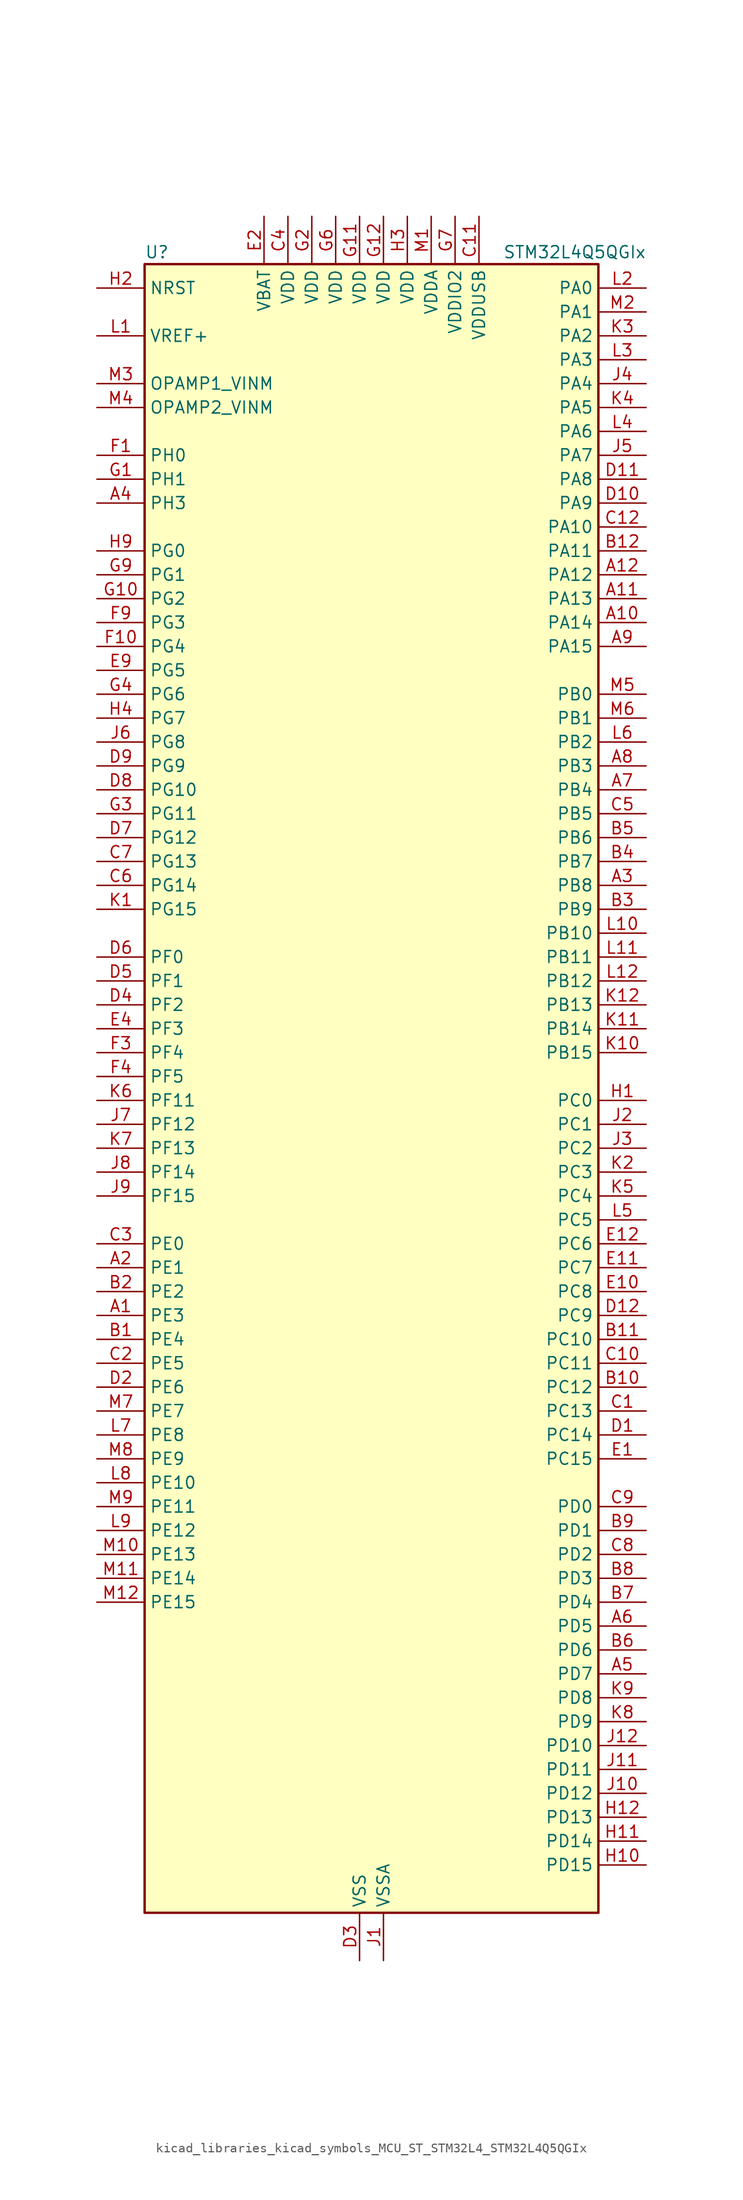
<source format=kicad_sym>
(kicad_symbol_lib
  (version 20220914)
  (generator kicad_symbol_editor)
  (symbol "kicad_libraries_kicad_symbols_MCU_ST_STM32L4_STM32L4Q5QGIx"
    (property "Reference" "U"
      (at -22.86 90.17 0)
      (effects (font (size 1.27 1.27)) (justify left)))
    (property "Value" "STM32L4Q5QGIx"
      (at 15.24 90.17 0)
      (effects (font (size 1.27 1.27)) (justify left)))
    (property "ki_locked" ""
      (at 0 0 0)
      (effects (font (size 1.27 1.27))))
    (symbol "kicad_libraries_kicad_symbols_MCU_ST_STM32L4_STM32L4Q5QGIx_0_1"
      (rectangle (start -22.86 -86.36) (end 25.4 88.9) (stroke (width 0.254) (type default)) (fill (type background))))
    (symbol "kicad_libraries_kicad_symbols_MCU_ST_STM32L4_STM32L4Q5QGIx_1_1"
      (pin bidirectional line (at -27.94 -22.86 0) (length 5.08) (name "PE3" (effects (font (size 1.27 1.27)))) (number "A1" (effects (font (size 1.27 1.27)))) (alternate "FMC_A19" bidirectional line) (alternate "LTDC_R6" bidirectional line) (alternate "OCTOSPIM_P1_DQS" bidirectional line) (alternate "SAI1_SD_B" bidirectional line) (alternate "SYS_TRACED0" bidirectional line) (alternate "TIM3_CH1" bidirectional line) (alternate "TSC_G7_IO2" bidirectional line))
      (pin bidirectional line (at 30.48 50.8 180) (length 5.08) (name "PA14" (effects (font (size 1.27 1.27)))) (number "A10" (effects (font (size 1.27 1.27)))) (alternate "I2C1_SMBA" bidirectional line) (alternate "I2C4_SMBA" bidirectional line) (alternate "LPTIM1_OUT" bidirectional line) (alternate "SAI1_FS_B" bidirectional line) (alternate "SYS_JTCK-SWCLK" bidirectional line) (alternate "USB_OTG_FS_SOF" bidirectional line))
      (pin bidirectional line (at 30.48 53.34 180) (length 5.08) (name "PA13" (effects (font (size 1.27 1.27)))) (number "A11" (effects (font (size 1.27 1.27)))) (alternate "IR_OUT" bidirectional line) (alternate "SAI1_SD_B" bidirectional line) (alternate "SYS_JTMS-SWDIO" bidirectional line) (alternate "USB_OTG_FS_NOE" bidirectional line))
      (pin bidirectional line (at 30.48 55.88 180) (length 5.08) (name "PA12" (effects (font (size 1.27 1.27)))) (number "A12" (effects (font (size 1.27 1.27)))) (alternate "CAN1_TX" bidirectional line) (alternate "LTDC_VSYNC" bidirectional line) (alternate "OCTOSPIM_P2_NCS" bidirectional line) (alternate "SPI1_MOSI" bidirectional line) (alternate "TIM1_ETR" bidirectional line) (alternate "USART1_DE" bidirectional line) (alternate "USART1_RTS" bidirectional line) (alternate "USB_OTG_FS_DP" bidirectional line))
      (pin bidirectional line (at -27.94 -17.78 0) (length 5.08) (name "PE1" (effects (font (size 1.27 1.27)))) (number "A2" (effects (font (size 1.27 1.27)))) (alternate "DCMI_D3" bidirectional line) (alternate "FMC_NBL1" bidirectional line) (alternate "LTDC_VSYNC" bidirectional line) (alternate "PSSI_D3" bidirectional line) (alternate "TIM17_CH1" bidirectional line))
      (pin bidirectional line (at 30.48 22.86 180) (length 5.08) (name "PB8" (effects (font (size 1.27 1.27)))) (number "A3" (effects (font (size 1.27 1.27)))) (alternate "CAN1_RX" bidirectional line) (alternate "DCMI_D6" bidirectional line) (alternate "DFSDM1_CKOUT" bidirectional line) (alternate "I2C1_SCL" bidirectional line) (alternate "LTDC_DE" bidirectional line) (alternate "PSSI_D6" bidirectional line) (alternate "SAI1_CK1" bidirectional line) (alternate "SAI1_MCLK_A" bidirectional line) (alternate "SDMMC1_CKIN" bidirectional line) (alternate "SDMMC1_D4" bidirectional line) (alternate "SDMMC2_D4" bidirectional line) (alternate "TIM16_CH1" bidirectional line) (alternate "TIM4_CH3" bidirectional line))
      (pin bidirectional line (at -27.94 63.5 0) (length 5.08) (name "PH3" (effects (font (size 1.27 1.27)))) (number "A4" (effects (font (size 1.27 1.27)))))
      (pin bidirectional line (at 30.48 -60.96 180) (length 5.08) (name "PD7" (effects (font (size 1.27 1.27)))) (number "A5" (effects (font (size 1.27 1.27)))) (alternate "DFSDM1_CKIN1" bidirectional line) (alternate "FMC_NCE" bidirectional line) (alternate "FMC_NE1" bidirectional line) (alternate "OCTOSPIM_P1_IO7" bidirectional line) (alternate "SDMMC2_CMD" bidirectional line) (alternate "USART2_CK" bidirectional line))
      (pin bidirectional line (at 30.48 -55.88 180) (length 5.08) (name "PD5" (effects (font (size 1.27 1.27)))) (number "A6" (effects (font (size 1.27 1.27)))) (alternate "FMC_NWE" bidirectional line) (alternate "OCTOSPIM_P1_IO5" bidirectional line) (alternate "USART2_TX" bidirectional line))
      (pin bidirectional line (at 30.48 33.02 180) (length 5.08) (name "PB4" (effects (font (size 1.27 1.27)))) (number "A7" (effects (font (size 1.27 1.27)))) (alternate "COMP2_INP" bidirectional line) (alternate "DCMI_D12" bidirectional line) (alternate "I2C3_SDA" bidirectional line) (alternate "OCTOSPIM_P1_IO5" bidirectional line) (alternate "PSSI_D12" bidirectional line) (alternate "SAI1_MCLK_B" bidirectional line) (alternate "SDMMC2_D3" bidirectional line) (alternate "SPI1_MISO" bidirectional line) (alternate "SPI3_MISO" bidirectional line) (alternate "SYS_JTRST" bidirectional line) (alternate "TIM17_BKIN" bidirectional line) (alternate "TIM3_CH1" bidirectional line) (alternate "TSC_G2_IO1" bidirectional line) (alternate "UART5_DE" bidirectional line) (alternate "UART5_RTS" bidirectional line) (alternate "USART1_CTS" bidirectional line) (alternate "USART1_NSS" bidirectional line))
      (pin bidirectional line (at 30.48 35.56 180) (length 5.08) (name "PB3" (effects (font (size 1.27 1.27)))) (number "A8" (effects (font (size 1.27 1.27)))) (alternate "COMP2_INM" bidirectional line) (alternate "CRS_SYNC" bidirectional line) (alternate "OCTOSPIM_P1_IO4" bidirectional line) (alternate "SAI1_SCK_B" bidirectional line) (alternate "SDMMC2_D2" bidirectional line) (alternate "SPI1_SCK" bidirectional line) (alternate "SPI3_SCK" bidirectional line) (alternate "SYS_JTDO-SWO" bidirectional line) (alternate "TIM2_CH2" bidirectional line) (alternate "USART1_DE" bidirectional line) (alternate "USART1_RTS" bidirectional line))
      (pin bidirectional line (at 30.48 48.26 180) (length 5.08) (name "PA15" (effects (font (size 1.27 1.27)))) (number "A9" (effects (font (size 1.27 1.27)))) (alternate "ADC1_EXTI15" bidirectional line) (alternate "ADC2_EXTI15" bidirectional line) (alternate "LTDC_HSYNC" bidirectional line) (alternate "SAI2_FS_B" bidirectional line) (alternate "SPI1_NSS" bidirectional line) (alternate "SPI3_NSS" bidirectional line) (alternate "SYS_JTDI" bidirectional line) (alternate "TIM2_CH1" bidirectional line) (alternate "TIM2_ETR" bidirectional line) (alternate "TSC_G3_IO1" bidirectional line) (alternate "UART4_DE" bidirectional line) (alternate "UART4_RTS" bidirectional line) (alternate "USART2_RX" bidirectional line) (alternate "USART3_DE" bidirectional line) (alternate "USART3_RTS" bidirectional line))
      (pin bidirectional line (at -27.94 -25.4 0) (length 5.08) (name "PE4" (effects (font (size 1.27 1.27)))) (number "B1" (effects (font (size 1.27 1.27)))) (alternate "DCMI_D4" bidirectional line) (alternate "DFSDM1_DATIN3" bidirectional line) (alternate "FMC_A20" bidirectional line) (alternate "LTDC_B7" bidirectional line) (alternate "PSSI_D4" bidirectional line) (alternate "SAI1_D2" bidirectional line) (alternate "SAI1_FS_A" bidirectional line) (alternate "SYS_TRACED1" bidirectional line) (alternate "TIM3_CH2" bidirectional line) (alternate "TSC_G7_IO3" bidirectional line))
      (pin bidirectional line (at 30.48 -30.48 180) (length 5.08) (name "PC12" (effects (font (size 1.27 1.27)))) (number "B10" (effects (font (size 1.27 1.27)))) (alternate "DCMI_D9" bidirectional line) (alternate "LTDC_R6" bidirectional line) (alternate "PSSI_D9" bidirectional line) (alternate "SAI2_SD_B" bidirectional line) (alternate "SDMMC1_CK" bidirectional line) (alternate "SPI3_MOSI" bidirectional line) (alternate "SYS_TRACED3" bidirectional line) (alternate "TSC_G3_IO4" bidirectional line) (alternate "UART5_TX" bidirectional line) (alternate "USART3_CK" bidirectional line))
      (pin bidirectional line (at 30.48 -25.4 180) (length 5.08) (name "PC10" (effects (font (size 1.27 1.27)))) (number "B11" (effects (font (size 1.27 1.27)))) (alternate "DCMI_D8" bidirectional line) (alternate "DCMI_VSYNC" bidirectional line) (alternate "PSSI_D8" bidirectional line) (alternate "PSSI_RDY" bidirectional line) (alternate "SAI2_SCK_B" bidirectional line) (alternate "SDMMC1_D2" bidirectional line) (alternate "SPI3_SCK" bidirectional line) (alternate "SYS_TRACED1" bidirectional line) (alternate "TSC_G3_IO2" bidirectional line) (alternate "UART4_TX" bidirectional line) (alternate "USART3_TX" bidirectional line))
      (pin bidirectional line (at 30.48 58.42 180) (length 5.08) (name "PA11" (effects (font (size 1.27 1.27)))) (number "B12" (effects (font (size 1.27 1.27)))) (alternate "ADC1_EXTI11" bidirectional line) (alternate "ADC2_EXTI11" bidirectional line) (alternate "CAN1_RX" bidirectional line) (alternate "LTDC_DE" bidirectional line) (alternate "SPI1_MISO" bidirectional line) (alternate "TIM1_BKIN2" bidirectional line) (alternate "TIM1_CH4" bidirectional line) (alternate "USART1_CTS" bidirectional line) (alternate "USART1_NSS" bidirectional line) (alternate "USB_OTG_FS_DM" bidirectional line))
      (pin bidirectional line (at -27.94 -20.32 0) (length 5.08) (name "PE2" (effects (font (size 1.27 1.27)))) (number "B2" (effects (font (size 1.27 1.27)))) (alternate "FMC_A23" bidirectional line) (alternate "LTDC_R7" bidirectional line) (alternate "SAI1_CK1" bidirectional line) (alternate "SAI1_MCLK_A" bidirectional line) (alternate "SYS_TRACECLK" bidirectional line) (alternate "TIM3_ETR" bidirectional line) (alternate "TSC_G7_IO1" bidirectional line))
      (pin bidirectional line (at 30.48 20.32 180) (length 5.08) (name "PB9" (effects (font (size 1.27 1.27)))) (number "B3" (effects (font (size 1.27 1.27)))) (alternate "CAN1_TX" bidirectional line) (alternate "DAC1_EXTI9" bidirectional line) (alternate "DCMI_D7" bidirectional line) (alternate "I2C1_SDA" bidirectional line) (alternate "IR_OUT" bidirectional line) (alternate "PSSI_D7" bidirectional line) (alternate "SAI1_D2" bidirectional line) (alternate "SAI1_FS_A" bidirectional line) (alternate "SDMMC1_CDIR" bidirectional line) (alternate "SDMMC1_D5" bidirectional line) (alternate "SDMMC2_D5" bidirectional line) (alternate "SPI2_NSS" bidirectional line) (alternate "TIM17_CH1" bidirectional line) (alternate "TIM4_CH4" bidirectional line))
      (pin bidirectional line (at 30.48 25.4 180) (length 5.08) (name "PB7" (effects (font (size 1.27 1.27)))) (number "B4" (effects (font (size 1.27 1.27)))) (alternate "COMP2_INM" bidirectional line) (alternate "DCMI_VSYNC" bidirectional line) (alternate "FMC_NL" bidirectional line) (alternate "I2C1_SDA" bidirectional line) (alternate "I2C4_SDA" bidirectional line) (alternate "LPTIM1_IN2" bidirectional line) (alternate "LTDC_VSYNC" bidirectional line) (alternate "PSSI_RDY" bidirectional line) (alternate "SYS_PVD_IN" bidirectional line) (alternate "TIM17_CH1N" bidirectional line) (alternate "TIM4_CH2" bidirectional line) (alternate "TIM8_BKIN" bidirectional line) (alternate "TSC_G2_IO4" bidirectional line) (alternate "UART4_CTS" bidirectional line) (alternate "USART1_RX" bidirectional line))
      (pin bidirectional line (at 30.48 27.94 180) (length 5.08) (name "PB6" (effects (font (size 1.27 1.27)))) (number "B5" (effects (font (size 1.27 1.27)))) (alternate "COMP2_INP" bidirectional line) (alternate "DCMI_D5" bidirectional line) (alternate "I2C1_SCL" bidirectional line) (alternate "I2C4_SCL" bidirectional line) (alternate "LPTIM1_ETR" bidirectional line) (alternate "LTDC_R6" bidirectional line) (alternate "PSSI_D5" bidirectional line) (alternate "SAI1_FS_B" bidirectional line) (alternate "TIM16_CH1N" bidirectional line) (alternate "TIM4_CH1" bidirectional line) (alternate "TIM8_BKIN2" bidirectional line) (alternate "TSC_G2_IO3" bidirectional line) (alternate "USART1_TX" bidirectional line))
      (pin bidirectional line (at 30.48 -58.42 180) (length 5.08) (name "PD6" (effects (font (size 1.27 1.27)))) (number "B6" (effects (font (size 1.27 1.27)))) (alternate "DCMI_D10" bidirectional line) (alternate "DFSDM1_DATIN1" bidirectional line) (alternate "FMC_NWAIT" bidirectional line) (alternate "LTDC_DE" bidirectional line) (alternate "OCTOSPIM_P1_IO6" bidirectional line) (alternate "PSSI_D10" bidirectional line) (alternate "SAI1_D1" bidirectional line) (alternate "SAI1_SD_A" bidirectional line) (alternate "SDMMC2_CK" bidirectional line) (alternate "SPI3_MOSI" bidirectional line) (alternate "USART2_RX" bidirectional line))
      (pin bidirectional line (at 30.48 -53.34 180) (length 5.08) (name "PD4" (effects (font (size 1.27 1.27)))) (number "B7" (effects (font (size 1.27 1.27)))) (alternate "DFSDM1_CKIN0" bidirectional line) (alternate "FMC_NOE" bidirectional line) (alternate "OCTOSPIM_P1_IO4" bidirectional line) (alternate "SDMMC2_CKIN" bidirectional line) (alternate "SPI2_MOSI" bidirectional line) (alternate "USART2_DE" bidirectional line) (alternate "USART2_RTS" bidirectional line))
      (pin bidirectional line (at 30.48 -50.8 180) (length 5.08) (name "PD3" (effects (font (size 1.27 1.27)))) (number "B8" (effects (font (size 1.27 1.27)))) (alternate "DCMI_D5" bidirectional line) (alternate "DFSDM1_DATIN0" bidirectional line) (alternate "FMC_CLK" bidirectional line) (alternate "LTDC_CLK" bidirectional line) (alternate "OCTOSPIM_P2_NCS" bidirectional line) (alternate "PSSI_D5" bidirectional line) (alternate "SPI2_MISO" bidirectional line) (alternate "SPI2_SCK" bidirectional line) (alternate "USART2_CTS" bidirectional line) (alternate "USART2_NSS" bidirectional line))
      (pin bidirectional line (at 30.48 -45.72 180) (length 5.08) (name "PD1" (effects (font (size 1.27 1.27)))) (number "B9" (effects (font (size 1.27 1.27)))) (alternate "CAN1_TX" bidirectional line) (alternate "FMC_D3" bidirectional line) (alternate "FMC_DA3" bidirectional line) (alternate "LTDC_B5" bidirectional line) (alternate "SPI2_SCK" bidirectional line))
      (pin bidirectional line (at 30.48 -33.02 180) (length 5.08) (name "PC13" (effects (font (size 1.27 1.27)))) (number "C1" (effects (font (size 1.27 1.27)))) (alternate "RTC_OUT1" bidirectional line) (alternate "RTC_TAMP1" bidirectional line) (alternate "RTC_TS" bidirectional line) (alternate "SYS_WKUP2" bidirectional line))
      (pin bidirectional line (at 30.48 -27.94 180) (length 5.08) (name "PC11" (effects (font (size 1.27 1.27)))) (number "C10" (effects (font (size 1.27 1.27)))) (alternate "ADC1_EXTI11" bidirectional line) (alternate "ADC2_EXTI11" bidirectional line) (alternate "DCMI_D2" bidirectional line) (alternate "DCMI_D4" bidirectional line) (alternate "OCTOSPIM_P1_NCS" bidirectional line) (alternate "PSSI_D2" bidirectional line) (alternate "PSSI_D4" bidirectional line) (alternate "SAI2_MCLK_B" bidirectional line) (alternate "SDMMC1_D3" bidirectional line) (alternate "SPI3_MISO" bidirectional line) (alternate "TSC_G3_IO3" bidirectional line) (alternate "UART4_RX" bidirectional line) (alternate "USART3_RX" bidirectional line))
      (pin power_in line (at 12.7 93.98 270) (length 5.08) (name "VDDUSB" (effects (font (size 1.27 1.27)))) (number "C11" (effects (font (size 1.27 1.27)))))
      (pin bidirectional line (at 30.48 60.96 180) (length 5.08) (name "PA10" (effects (font (size 1.27 1.27)))) (number "C12" (effects (font (size 1.27 1.27)))) (alternate "DCMI_D1" bidirectional line) (alternate "LTDC_G6" bidirectional line) (alternate "PSSI_D1" bidirectional line) (alternate "SAI1_D1" bidirectional line) (alternate "SAI1_SD_A" bidirectional line) (alternate "TIM17_BKIN" bidirectional line) (alternate "TIM1_CH3" bidirectional line) (alternate "USART1_RX" bidirectional line) (alternate "USB_OTG_FS_ID" bidirectional line))
      (pin bidirectional line (at -27.94 -27.94 0) (length 5.08) (name "PE5" (effects (font (size 1.27 1.27)))) (number "C2" (effects (font (size 1.27 1.27)))) (alternate "DCMI_D6" bidirectional line) (alternate "DFSDM1_CKIN3" bidirectional line) (alternate "FMC_A21" bidirectional line) (alternate "LTDC_G7" bidirectional line) (alternate "PSSI_D6" bidirectional line) (alternate "SAI1_CK2" bidirectional line) (alternate "SAI1_SCK_A" bidirectional line) (alternate "SYS_TRACED2" bidirectional line) (alternate "TIM3_CH3" bidirectional line) (alternate "TSC_G7_IO4" bidirectional line))
      (pin bidirectional line (at -27.94 -15.24 0) (length 5.08) (name "PE0" (effects (font (size 1.27 1.27)))) (number "C3" (effects (font (size 1.27 1.27)))) (alternate "DCMI_D2" bidirectional line) (alternate "FMC_NBL0" bidirectional line) (alternate "LTDC_HSYNC" bidirectional line) (alternate "PSSI_D2" bidirectional line) (alternate "TIM16_CH1" bidirectional line) (alternate "TIM4_ETR" bidirectional line))
      (pin power_in line (at -7.62 93.98 270) (length 5.08) (name "VDD" (effects (font (size 1.27 1.27)))) (number "C4" (effects (font (size 1.27 1.27)))))
      (pin bidirectional line (at 30.48 30.48 180) (length 5.08) (name "PB5" (effects (font (size 1.27 1.27)))) (number "C5" (effects (font (size 1.27 1.27)))) (alternate "COMP2_OUT" bidirectional line) (alternate "DCMI_D10" bidirectional line) (alternate "I2C1_SMBA" bidirectional line) (alternate "LPTIM1_IN1" bidirectional line) (alternate "OCTOSPIM_P1_IO0" bidirectional line) (alternate "PSSI_D10" bidirectional line) (alternate "SAI1_SD_B" bidirectional line) (alternate "SPI1_MOSI" bidirectional line) (alternate "SPI3_MOSI" bidirectional line) (alternate "TIM16_BKIN" bidirectional line) (alternate "TIM3_CH2" bidirectional line) (alternate "TSC_G2_IO2" bidirectional line) (alternate "UART5_CTS" bidirectional line) (alternate "USART1_CK" bidirectional line))
      (pin bidirectional line (at -27.94 22.86 0) (length 5.08) (name "PG14" (effects (font (size 1.27 1.27)))) (number "C6" (effects (font (size 1.27 1.27)))) (alternate "FMC_A25" bidirectional line) (alternate "I2C1_SCL" bidirectional line) (alternate "LTDC_R1" bidirectional line))
      (pin bidirectional line (at -27.94 25.4 0) (length 5.08) (name "PG13" (effects (font (size 1.27 1.27)))) (number "C7" (effects (font (size 1.27 1.27)))) (alternate "FMC_A24" bidirectional line) (alternate "I2C1_SDA" bidirectional line) (alternate "LTDC_R0" bidirectional line) (alternate "USART1_CK" bidirectional line))
      (pin bidirectional line (at 30.48 -48.26 180) (length 5.08) (name "PD2" (effects (font (size 1.27 1.27)))) (number "C8" (effects (font (size 1.27 1.27)))) (alternate "DCMI_D11" bidirectional line) (alternate "PSSI_D11" bidirectional line) (alternate "SDMMC1_CMD" bidirectional line) (alternate "SYS_TRACED2" bidirectional line) (alternate "TIM3_ETR" bidirectional line) (alternate "TSC_SYNC" bidirectional line) (alternate "UART5_RX" bidirectional line) (alternate "USART3_DE" bidirectional line) (alternate "USART3_RTS" bidirectional line))
      (pin bidirectional line (at 30.48 -43.18 180) (length 5.08) (name "PD0" (effects (font (size 1.27 1.27)))) (number "C9" (effects (font (size 1.27 1.27)))) (alternate "CAN1_RX" bidirectional line) (alternate "FMC_D2" bidirectional line) (alternate "FMC_DA2" bidirectional line) (alternate "LTDC_B4" bidirectional line) (alternate "SPI2_NSS" bidirectional line))
      (pin bidirectional line (at 30.48 -35.56 180) (length 5.08) (name "PC14" (effects (font (size 1.27 1.27)))) (number "D1" (effects (font (size 1.27 1.27)))) (alternate "RCC_OSC32_IN" bidirectional line))
      (pin bidirectional line (at 30.48 63.5 180) (length 5.08) (name "PA9" (effects (font (size 1.27 1.27)))) (number "D10" (effects (font (size 1.27 1.27)))) (alternate "DAC1_EXTI9" bidirectional line) (alternate "DCMI_D0" bidirectional line) (alternate "LTDC_G7" bidirectional line) (alternate "PSSI_D0" bidirectional line) (alternate "SAI1_FS_A" bidirectional line) (alternate "SPI2_SCK" bidirectional line) (alternate "TIM15_BKIN" bidirectional line) (alternate "TIM1_CH2" bidirectional line) (alternate "USART1_TX" bidirectional line) (alternate "USB_OTG_FS_VBUS" bidirectional line))
      (pin bidirectional line (at 30.48 66.04 180) (length 5.08) (name "PA8" (effects (font (size 1.27 1.27)))) (number "D11" (effects (font (size 1.27 1.27)))) (alternate "LPTIM2_OUT" bidirectional line) (alternate "LTDC_B7" bidirectional line) (alternate "RCC_MCO" bidirectional line) (alternate "SAI1_CK2" bidirectional line) (alternate "SAI1_SCK_A" bidirectional line) (alternate "TIM1_CH1" bidirectional line) (alternate "USART1_CK" bidirectional line) (alternate "USB_OTG_FS_SOF" bidirectional line))
      (pin bidirectional line (at 30.48 -22.86 180) (length 5.08) (name "PC9" (effects (font (size 1.27 1.27)))) (number "D12" (effects (font (size 1.27 1.27)))) (alternate "DAC1_EXTI9" bidirectional line) (alternate "DCMI_D3" bidirectional line) (alternate "I2C3_SDA" bidirectional line) (alternate "PSSI_D3" bidirectional line) (alternate "SAI2_EXTCLK" bidirectional line) (alternate "SDMMC1_D1" bidirectional line) (alternate "SYS_TRACED0" bidirectional line) (alternate "TIM3_CH4" bidirectional line) (alternate "TIM8_BKIN2" bidirectional line) (alternate "TIM8_CH4" bidirectional line) (alternate "TSC_G4_IO4" bidirectional line) (alternate "USB_OTG_FS_NOE" bidirectional line))
      (pin bidirectional line (at -27.94 -30.48 0) (length 5.08) (name "PE6" (effects (font (size 1.27 1.27)))) (number "D2" (effects (font (size 1.27 1.27)))) (alternate "DCMI_D7" bidirectional line) (alternate "FMC_A22" bidirectional line) (alternate "LTDC_G6" bidirectional line) (alternate "PSSI_D7" bidirectional line) (alternate "RTC_TAMP3" bidirectional line) (alternate "SAI1_D1" bidirectional line) (alternate "SAI1_SD_A" bidirectional line) (alternate "SYS_TRACED3" bidirectional line) (alternate "SYS_WKUP3" bidirectional line) (alternate "TIM3_CH4" bidirectional line))
      (pin power_in line (at 0 -91.44 90) (length 5.08) (name "VSS" (effects (font (size 1.27 1.27)))) (number "D3" (effects (font (size 1.27 1.27)))))
      (pin bidirectional line (at -27.94 10.16 0) (length 5.08) (name "PF2" (effects (font (size 1.27 1.27)))) (number "D4" (effects (font (size 1.27 1.27)))) (alternate "FMC_A2" bidirectional line) (alternate "I2C2_SMBA" bidirectional line) (alternate "OCTOSPIM_P2_IO2" bidirectional line))
      (pin bidirectional line (at -27.94 12.7 0) (length 5.08) (name "PF1" (effects (font (size 1.27 1.27)))) (number "D5" (effects (font (size 1.27 1.27)))) (alternate "FMC_A1" bidirectional line) (alternate "I2C2_SCL" bidirectional line) (alternate "OCTOSPIM_P2_IO1" bidirectional line))
      (pin bidirectional line (at -27.94 15.24 0) (length 5.08) (name "PF0" (effects (font (size 1.27 1.27)))) (number "D6" (effects (font (size 1.27 1.27)))) (alternate "FMC_A0" bidirectional line) (alternate "I2C2_SDA" bidirectional line) (alternate "OCTOSPIM_P2_IO0" bidirectional line))
      (pin bidirectional line (at -27.94 27.94 0) (length 5.08) (name "PG12" (effects (font (size 1.27 1.27)))) (number "D7" (effects (font (size 1.27 1.27)))) (alternate "FMC_NE4" bidirectional line) (alternate "LPTIM1_ETR" bidirectional line) (alternate "OCTOSPIM_P2_NCS" bidirectional line) (alternate "SAI2_SD_A" bidirectional line) (alternate "SDMMC2_D3" bidirectional line) (alternate "SPI3_NSS" bidirectional line) (alternate "USART1_DE" bidirectional line) (alternate "USART1_RTS" bidirectional line))
      (pin bidirectional line (at -27.94 33.02 0) (length 5.08) (name "PG10" (effects (font (size 1.27 1.27)))) (number "D8" (effects (font (size 1.27 1.27)))) (alternate "FMC_NE3" bidirectional line) (alternate "LPTIM1_IN1" bidirectional line) (alternate "OCTOSPIM_P2_IO7" bidirectional line) (alternate "SAI2_FS_A" bidirectional line) (alternate "SDMMC2_D1" bidirectional line) (alternate "SPI3_MISO" bidirectional line) (alternate "TIM15_CH1" bidirectional line) (alternate "USART1_RX" bidirectional line))
      (pin bidirectional line (at -27.94 35.56 0) (length 5.08) (name "PG9" (effects (font (size 1.27 1.27)))) (number "D9" (effects (font (size 1.27 1.27)))) (alternate "DAC1_EXTI9" bidirectional line) (alternate "FMC_NCE" bidirectional line) (alternate "FMC_NE2" bidirectional line) (alternate "OCTOSPIM_P2_IO6" bidirectional line) (alternate "SAI2_SCK_A" bidirectional line) (alternate "SDMMC2_D0" bidirectional line) (alternate "SPI3_SCK" bidirectional line) (alternate "TIM15_CH1N" bidirectional line) (alternate "USART1_TX" bidirectional line))
      (pin bidirectional line (at 30.48 -38.1 180) (length 5.08) (name "PC15" (effects (font (size 1.27 1.27)))) (number "E1" (effects (font (size 1.27 1.27)))) (alternate "ADC1_EXTI15" bidirectional line) (alternate "ADC2_EXTI15" bidirectional line) (alternate "RCC_OSC32_OUT" bidirectional line))
      (pin bidirectional line (at 30.48 -20.32 180) (length 5.08) (name "PC8" (effects (font (size 1.27 1.27)))) (number "E10" (effects (font (size 1.27 1.27)))) (alternate "DCMI_D2" bidirectional line) (alternate "PSSI_D2" bidirectional line) (alternate "SDMMC1_D0" bidirectional line) (alternate "TIM3_CH3" bidirectional line) (alternate "TIM8_CH3" bidirectional line) (alternate "TSC_G4_IO3" bidirectional line))
      (pin bidirectional line (at 30.48 -17.78 180) (length 5.08) (name "PC7" (effects (font (size 1.27 1.27)))) (number "E11" (effects (font (size 1.27 1.27)))) (alternate "DCMI_D1" bidirectional line) (alternate "DFSDM1_DATIN3" bidirectional line) (alternate "LTDC_B6" bidirectional line) (alternate "PSSI_D1" bidirectional line) (alternate "SAI2_MCLK_B" bidirectional line) (alternate "SDMMC1_D123DIR" bidirectional line) (alternate "SDMMC1_D7" bidirectional line) (alternate "SDMMC2_D7" bidirectional line) (alternate "TIM3_CH2" bidirectional line) (alternate "TIM8_CH2" bidirectional line) (alternate "TSC_G4_IO2" bidirectional line))
      (pin bidirectional line (at 30.48 -15.24 180) (length 5.08) (name "PC6" (effects (font (size 1.27 1.27)))) (number "E12" (effects (font (size 1.27 1.27)))) (alternate "DCMI_D0" bidirectional line) (alternate "DFSDM1_CKIN3" bidirectional line) (alternate "LTDC_G7" bidirectional line) (alternate "PSSI_D0" bidirectional line) (alternate "SAI2_MCLK_A" bidirectional line) (alternate "SDMMC1_D0DIR" bidirectional line) (alternate "SDMMC1_D6" bidirectional line) (alternate "SDMMC2_D6" bidirectional line) (alternate "TIM3_CH1" bidirectional line) (alternate "TIM8_CH1" bidirectional line) (alternate "TSC_G4_IO1" bidirectional line))
      (pin power_in line (at -10.16 93.98 270) (length 5.08) (name "VBAT" (effects (font (size 1.27 1.27)))) (number "E2" (effects (font (size 1.27 1.27)))))
      (pin passive line (at 0 -91.44 90) (length 5.08) hide (name "VSS" (effects (font (size 1.27 1.27)))) (number "E3" (effects (font (size 1.27 1.27)))))
      (pin bidirectional line (at -27.94 7.62 0) (length 5.08) (name "PF3" (effects (font (size 1.27 1.27)))) (number "E4" (effects (font (size 1.27 1.27)))) (alternate "FMC_A3" bidirectional line) (alternate "OCTOSPIM_P2_IO3" bidirectional line))
      (pin bidirectional line (at -27.94 45.72 0) (length 5.08) (name "PG5" (effects (font (size 1.27 1.27)))) (number "E9" (effects (font (size 1.27 1.27)))) (alternate "FMC_A15" bidirectional line) (alternate "LPUART1_CTS" bidirectional line) (alternate "SAI2_SD_B" bidirectional line) (alternate "SDMMC2_D7" bidirectional line) (alternate "SPI1_NSS" bidirectional line))
      (pin bidirectional line (at -27.94 68.58 0) (length 5.08) (name "PH0" (effects (font (size 1.27 1.27)))) (number "F1" (effects (font (size 1.27 1.27)))) (alternate "RCC_OSC_IN" bidirectional line))
      (pin bidirectional line (at -27.94 48.26 0) (length 5.08) (name "PG4" (effects (font (size 1.27 1.27)))) (number "F10" (effects (font (size 1.27 1.27)))) (alternate "FMC_A14" bidirectional line) (alternate "SAI2_MCLK_B" bidirectional line) (alternate "SDMMC2_D6" bidirectional line) (alternate "SPI1_MOSI" bidirectional line))
      (pin passive line (at 0 -91.44 90) (length 5.08) hide (name "VSS" (effects (font (size 1.27 1.27)))) (number "F11" (effects (font (size 1.27 1.27)))))
      (pin passive line (at 0 -91.44 90) (length 5.08) hide (name "VSS" (effects (font (size 1.27 1.27)))) (number "F12" (effects (font (size 1.27 1.27)))))
      (pin passive line (at 0 -91.44 90) (length 5.08) hide (name "VSS" (effects (font (size 1.27 1.27)))) (number "F2" (effects (font (size 1.27 1.27)))))
      (pin bidirectional line (at -27.94 5.08 0) (length 5.08) (name "PF4" (effects (font (size 1.27 1.27)))) (number "F3" (effects (font (size 1.27 1.27)))) (alternate "FMC_A4" bidirectional line) (alternate "OCTOSPIM_P2_CLK" bidirectional line))
      (pin bidirectional line (at -27.94 2.54 0) (length 5.08) (name "PF5" (effects (font (size 1.27 1.27)))) (number "F4" (effects (font (size 1.27 1.27)))) (alternate "FMC_A5" bidirectional line) (alternate "OCTOSPIM_P2_NCLK" bidirectional line))
      (pin passive line (at 0 -91.44 90) (length 5.08) hide (name "VSS" (effects (font (size 1.27 1.27)))) (number "F6" (effects (font (size 1.27 1.27)))))
      (pin passive line (at 0 -91.44 90) (length 5.08) hide (name "VSS" (effects (font (size 1.27 1.27)))) (number "F7" (effects (font (size 1.27 1.27)))))
      (pin bidirectional line (at -27.94 50.8 0) (length 5.08) (name "PG3" (effects (font (size 1.27 1.27)))) (number "F9" (effects (font (size 1.27 1.27)))) (alternate "FMC_A13" bidirectional line) (alternate "SAI2_FS_B" bidirectional line) (alternate "SDMMC2_D5" bidirectional line) (alternate "SPI1_MISO" bidirectional line))
      (pin bidirectional line (at -27.94 66.04 0) (length 5.08) (name "PH1" (effects (font (size 1.27 1.27)))) (number "G1" (effects (font (size 1.27 1.27)))) (alternate "RCC_OSC_OUT" bidirectional line))
      (pin bidirectional line (at -27.94 53.34 0) (length 5.08) (name "PG2" (effects (font (size 1.27 1.27)))) (number "G10" (effects (font (size 1.27 1.27)))) (alternate "FMC_A12" bidirectional line) (alternate "SAI2_SCK_B" bidirectional line) (alternate "SDMMC2_D4" bidirectional line) (alternate "SPI1_SCK" bidirectional line))
      (pin power_in line (at 0 93.98 270) (length 5.08) (name "VDD" (effects (font (size 1.27 1.27)))) (number "G11" (effects (font (size 1.27 1.27)))))
      (pin power_in line (at 2.54 93.98 270) (length 5.08) (name "VDD" (effects (font (size 1.27 1.27)))) (number "G12" (effects (font (size 1.27 1.27)))))
      (pin power_in line (at -5.08 93.98 270) (length 5.08) (name "VDD" (effects (font (size 1.27 1.27)))) (number "G2" (effects (font (size 1.27 1.27)))))
      (pin bidirectional line (at -27.94 30.48 0) (length 5.08) (name "PG11" (effects (font (size 1.27 1.27)))) (number "G3" (effects (font (size 1.27 1.27)))) (alternate "ADC1_EXTI11" bidirectional line) (alternate "ADC2_EXTI11" bidirectional line) (alternate "LPTIM1_IN2" bidirectional line) (alternate "OCTOSPIM_P1_IO5" bidirectional line) (alternate "SAI2_MCLK_A" bidirectional line) (alternate "SDMMC2_D2" bidirectional line) (alternate "SPI3_MOSI" bidirectional line) (alternate "TIM15_CH2" bidirectional line) (alternate "USART1_CTS" bidirectional line) (alternate "USART1_NSS" bidirectional line))
      (pin bidirectional line (at -27.94 43.18 0) (length 5.08) (name "PG6" (effects (font (size 1.27 1.27)))) (number "G4" (effects (font (size 1.27 1.27)))) (alternate "I2C3_SMBA" bidirectional line) (alternate "LPUART1_DE" bidirectional line) (alternate "LPUART1_RTS" bidirectional line) (alternate "LTDC_R1" bidirectional line) (alternate "OCTOSPIM_P1_DQS" bidirectional line))
      (pin power_in line (at -2.54 93.98 270) (length 5.08) (name "VDD" (effects (font (size 1.27 1.27)))) (number "G6" (effects (font (size 1.27 1.27)))))
      (pin power_in line (at 10.16 93.98 270) (length 5.08) (name "VDDIO2" (effects (font (size 1.27 1.27)))) (number "G7" (effects (font (size 1.27 1.27)))))
      (pin bidirectional line (at -27.94 55.88 0) (length 5.08) (name "PG1" (effects (font (size 1.27 1.27)))) (number "G9" (effects (font (size 1.27 1.27)))) (alternate "FMC_A11" bidirectional line) (alternate "OCTOSPIM_P2_IO5" bidirectional line) (alternate "TSC_G8_IO4" bidirectional line))
      (pin bidirectional line (at 30.48 0 180) (length 5.08) (name "PC0" (effects (font (size 1.27 1.27)))) (number "H1" (effects (font (size 1.27 1.27)))) (alternate "ADC1_IN1" bidirectional line) (alternate "ADC2_IN1" bidirectional line) (alternate "I2C3_SCL" bidirectional line) (alternate "LPTIM1_IN1" bidirectional line) (alternate "LPTIM2_IN1" bidirectional line) (alternate "LPUART1_RX" bidirectional line) (alternate "LTDC_DE" bidirectional line) (alternate "SAI2_FS_A" bidirectional line) (alternate "SDMMC1_CMD" bidirectional line) (alternate "SDMMC2_CKIN" bidirectional line))
      (pin bidirectional line (at 30.48 -81.28 180) (length 5.08) (name "PD15" (effects (font (size 1.27 1.27)))) (number "H10" (effects (font (size 1.27 1.27)))) (alternate "ADC1_EXTI15" bidirectional line) (alternate "ADC2_EXTI15" bidirectional line) (alternate "FMC_D1" bidirectional line) (alternate "FMC_DA1" bidirectional line) (alternate "LTDC_B3" bidirectional line) (alternate "TIM4_CH4" bidirectional line))
      (pin bidirectional line (at 30.48 -78.74 180) (length 5.08) (name "PD14" (effects (font (size 1.27 1.27)))) (number "H11" (effects (font (size 1.27 1.27)))) (alternate "FMC_D0" bidirectional line) (alternate "FMC_DA0" bidirectional line) (alternate "LTDC_B2" bidirectional line) (alternate "TIM4_CH3" bidirectional line))
      (pin bidirectional line (at 30.48 -76.2 180) (length 5.08) (name "PD13" (effects (font (size 1.27 1.27)))) (number "H12" (effects (font (size 1.27 1.27)))) (alternate "FMC_A18" bidirectional line) (alternate "I2C4_SDA" bidirectional line) (alternate "LPTIM2_OUT" bidirectional line) (alternate "TIM4_CH2" bidirectional line) (alternate "TSC_G6_IO4" bidirectional line))
      (pin input line (at -27.94 86.36 0) (length 5.08) (name "NRST" (effects (font (size 1.27 1.27)))) (number "H2" (effects (font (size 1.27 1.27)))))
      (pin power_in line (at 5.08 93.98 270) (length 5.08) (name "VDD" (effects (font (size 1.27 1.27)))) (number "H3" (effects (font (size 1.27 1.27)))))
      (pin bidirectional line (at -27.94 40.64 0) (length 5.08) (name "PG7" (effects (font (size 1.27 1.27)))) (number "H4" (effects (font (size 1.27 1.27)))) (alternate "DFSDM1_CKOUT" bidirectional line) (alternate "FMC_INT" bidirectional line) (alternate "I2C3_SCL" bidirectional line) (alternate "LPUART1_TX" bidirectional line) (alternate "OCTOSPIM_P2_DQS" bidirectional line) (alternate "SAI1_CK1" bidirectional line) (alternate "SAI1_MCLK_A" bidirectional line))
      (pin bidirectional line (at -27.94 58.42 0) (length 5.08) (name "PG0" (effects (font (size 1.27 1.27)))) (number "H9" (effects (font (size 1.27 1.27)))) (alternate "FMC_A10" bidirectional line) (alternate "OCTOSPIM_P2_IO4" bidirectional line) (alternate "TSC_G8_IO3" bidirectional line))
      (pin power_in line (at 2.54 -91.44 90) (length 5.08) (name "VSSA" (effects (font (size 1.27 1.27)))) (number "J1" (effects (font (size 1.27 1.27)))))
      (pin bidirectional line (at 30.48 -73.66 180) (length 5.08) (name "PD12" (effects (font (size 1.27 1.27)))) (number "J10" (effects (font (size 1.27 1.27)))) (alternate "FMC_A17" bidirectional line) (alternate "FMC_ALE" bidirectional line) (alternate "I2C4_SCL" bidirectional line) (alternate "LPTIM2_IN1" bidirectional line) (alternate "LTDC_R7" bidirectional line) (alternate "SAI2_FS_A" bidirectional line) (alternate "TIM4_CH1" bidirectional line) (alternate "TSC_G6_IO3" bidirectional line) (alternate "USART3_DE" bidirectional line) (alternate "USART3_RTS" bidirectional line))
      (pin bidirectional line (at 30.48 -71.12 180) (length 5.08) (name "PD11" (effects (font (size 1.27 1.27)))) (number "J11" (effects (font (size 1.27 1.27)))) (alternate "ADC1_EXTI11" bidirectional line) (alternate "ADC2_EXTI11" bidirectional line) (alternate "FMC_A16" bidirectional line) (alternate "FMC_CLE" bidirectional line) (alternate "I2C4_SMBA" bidirectional line) (alternate "LPTIM2_ETR" bidirectional line) (alternate "LTDC_R6" bidirectional line) (alternate "SAI2_SD_A" bidirectional line) (alternate "TSC_G6_IO2" bidirectional line) (alternate "USART3_CTS" bidirectional line) (alternate "USART3_NSS" bidirectional line))
      (pin bidirectional line (at 30.48 -68.58 180) (length 5.08) (name "PD10" (effects (font (size 1.27 1.27)))) (number "J12" (effects (font (size 1.27 1.27)))) (alternate "FMC_D15" bidirectional line) (alternate "FMC_DA15" bidirectional line) (alternate "LTDC_R5" bidirectional line) (alternate "SAI2_SCK_A" bidirectional line) (alternate "TSC_G6_IO1" bidirectional line) (alternate "USART3_CK" bidirectional line))
      (pin bidirectional line (at 30.48 -2.54 180) (length 5.08) (name "PC1" (effects (font (size 1.27 1.27)))) (number "J2" (effects (font (size 1.27 1.27)))) (alternate "ADC1_IN2" bidirectional line) (alternate "ADC2_IN2" bidirectional line) (alternate "I2C3_SDA" bidirectional line) (alternate "LPTIM1_OUT" bidirectional line) (alternate "LPUART1_TX" bidirectional line) (alternate "OCTOSPIM_P1_IO4" bidirectional line) (alternate "SAI1_SD_A" bidirectional line) (alternate "SPI2_MOSI" bidirectional line) (alternate "SYS_TRACED0" bidirectional line))
      (pin bidirectional line (at 30.48 -5.08 180) (length 5.08) (name "PC2" (effects (font (size 1.27 1.27)))) (number "J3" (effects (font (size 1.27 1.27)))) (alternate "ADC1_IN3" bidirectional line) (alternate "ADC2_IN3" bidirectional line) (alternate "DFSDM1_CKOUT" bidirectional line) (alternate "LPTIM1_IN2" bidirectional line) (alternate "LTDC_HSYNC" bidirectional line) (alternate "OCTOSPIM_P1_IO5" bidirectional line) (alternate "SPI2_MISO" bidirectional line))
      (pin bidirectional line (at 30.48 76.2 180) (length 5.08) (name "PA4" (effects (font (size 1.27 1.27)))) (number "J4" (effects (font (size 1.27 1.27)))) (alternate "ADC1_IN9" bidirectional line) (alternate "ADC2_IN9" bidirectional line) (alternate "DAC1_OUT1" bidirectional line) (alternate "DCMI_HSYNC" bidirectional line) (alternate "LPTIM2_OUT" bidirectional line) (alternate "LTDC_CLK" bidirectional line) (alternate "OCTOSPIM_P1_NCS" bidirectional line) (alternate "PSSI_DE" bidirectional line) (alternate "SAI1_FS_B" bidirectional line) (alternate "SPI1_NSS" bidirectional line) (alternate "SPI3_NSS" bidirectional line) (alternate "USART2_CK" bidirectional line))
      (pin bidirectional line (at 30.48 68.58 180) (length 5.08) (name "PA7" (effects (font (size 1.27 1.27)))) (number "J5" (effects (font (size 1.27 1.27)))) (alternate "ADC1_IN12" bidirectional line) (alternate "ADC2_IN12" bidirectional line) (alternate "I2C3_SCL" bidirectional line) (alternate "OCTOSPIM_P1_IO2" bidirectional line) (alternate "OPAMP2_VINM" bidirectional line) (alternate "SPI1_MOSI" bidirectional line) (alternate "TIM17_CH1" bidirectional line) (alternate "TIM1_CH1N" bidirectional line) (alternate "TIM3_CH2" bidirectional line) (alternate "TIM8_CH1N" bidirectional line))
      (pin bidirectional line (at -27.94 38.1 0) (length 5.08) (name "PG8" (effects (font (size 1.27 1.27)))) (number "J6" (effects (font (size 1.27 1.27)))) (alternate "I2C3_SDA" bidirectional line) (alternate "LPUART1_RX" bidirectional line))
      (pin bidirectional line (at -27.94 -2.54 0) (length 5.08) (name "PF12" (effects (font (size 1.27 1.27)))) (number "J7" (effects (font (size 1.27 1.27)))) (alternate "FMC_A6" bidirectional line) (alternate "LTDC_B0" bidirectional line) (alternate "OCTOSPIM_P2_DQS" bidirectional line))
      (pin bidirectional line (at -27.94 -7.62 0) (length 5.08) (name "PF14" (effects (font (size 1.27 1.27)))) (number "J8" (effects (font (size 1.27 1.27)))) (alternate "FMC_A8" bidirectional line) (alternate "I2C4_SCL" bidirectional line) (alternate "LTDC_G0" bidirectional line) (alternate "TSC_G8_IO1" bidirectional line))
      (pin bidirectional line (at -27.94 -10.16 0) (length 5.08) (name "PF15" (effects (font (size 1.27 1.27)))) (number "J9" (effects (font (size 1.27 1.27)))) (alternate "ADC1_EXTI15" bidirectional line) (alternate "ADC2_EXTI15" bidirectional line) (alternate "FMC_A9" bidirectional line) (alternate "I2C4_SDA" bidirectional line) (alternate "LTDC_G1" bidirectional line) (alternate "TSC_G8_IO2" bidirectional line))
      (pin bidirectional line (at -27.94 20.32 0) (length 5.08) (name "PG15" (effects (font (size 1.27 1.27)))) (number "K1" (effects (font (size 1.27 1.27)))) (alternate "ADC1_EXTI15" bidirectional line) (alternate "ADC2_EXTI15" bidirectional line) (alternate "DCMI_D13" bidirectional line) (alternate "I2C1_SMBA" bidirectional line) (alternate "LPTIM1_OUT" bidirectional line) (alternate "OCTOSPIM_P2_DQS" bidirectional line) (alternate "PSSI_D13" bidirectional line))
      (pin bidirectional line (at 30.48 5.08 180) (length 5.08) (name "PB15" (effects (font (size 1.27 1.27)))) (number "K10" (effects (font (size 1.27 1.27)))) (alternate "ADC1_EXTI15" bidirectional line) (alternate "ADC2_EXTI15" bidirectional line) (alternate "DFSDM1_CKIN2" bidirectional line) (alternate "OCTOSPIM_P1_IO7" bidirectional line) (alternate "RTC_REFIN" bidirectional line) (alternate "SAI2_SD_A" bidirectional line) (alternate "SDMMC2_D1" bidirectional line) (alternate "SPI2_MOSI" bidirectional line) (alternate "TIM15_CH2" bidirectional line) (alternate "TIM1_CH3N" bidirectional line) (alternate "TIM8_CH3N" bidirectional line) (alternate "TSC_G1_IO4" bidirectional line))
      (pin bidirectional line (at 30.48 7.62 180) (length 5.08) (name "PB14" (effects (font (size 1.27 1.27)))) (number "K11" (effects (font (size 1.27 1.27)))) (alternate "DFSDM1_DATIN2" bidirectional line) (alternate "I2C2_SDA" bidirectional line) (alternate "OCTOSPIM_P1_IO6" bidirectional line) (alternate "SAI2_MCLK_A" bidirectional line) (alternate "SDMMC2_D0" bidirectional line) (alternate "SPI2_MISO" bidirectional line) (alternate "TIM15_CH1" bidirectional line) (alternate "TIM1_CH2N" bidirectional line) (alternate "TIM8_CH2N" bidirectional line) (alternate "TSC_G1_IO3" bidirectional line) (alternate "USART3_DE" bidirectional line) (alternate "USART3_RTS" bidirectional line))
      (pin bidirectional line (at 30.48 10.16 180) (length 5.08) (name "PB13" (effects (font (size 1.27 1.27)))) (number "K12" (effects (font (size 1.27 1.27)))) (alternate "DFSDM1_CKIN1" bidirectional line) (alternate "I2C2_SCL" bidirectional line) (alternate "LPUART1_CTS" bidirectional line) (alternate "OCTOSPIM_P1_IO1" bidirectional line) (alternate "SAI2_SCK_A" bidirectional line) (alternate "SPI2_SCK" bidirectional line) (alternate "TIM15_CH1N" bidirectional line) (alternate "TIM1_CH1N" bidirectional line) (alternate "TSC_G1_IO2" bidirectional line) (alternate "USART3_CTS" bidirectional line) (alternate "USART3_NSS" bidirectional line))
      (pin bidirectional line (at 30.48 -7.62 180) (length 5.08) (name "PC3" (effects (font (size 1.27 1.27)))) (number "K2" (effects (font (size 1.27 1.27)))) (alternate "ADC1_IN4" bidirectional line) (alternate "ADC2_IN4" bidirectional line) (alternate "LPTIM1_ETR" bidirectional line) (alternate "LPTIM2_ETR" bidirectional line) (alternate "OCTOSPIM_P1_IO6" bidirectional line) (alternate "SAI1_D1" bidirectional line) (alternate "SAI1_SD_A" bidirectional line) (alternate "SPI2_MOSI" bidirectional line))
      (pin bidirectional line (at 30.48 81.28 180) (length 5.08) (name "PA2" (effects (font (size 1.27 1.27)))) (number "K3" (effects (font (size 1.27 1.27)))) (alternate "ADC1_IN7" bidirectional line) (alternate "ADC2_IN7" bidirectional line) (alternate "LPUART1_TX" bidirectional line) (alternate "OCTOSPIM_P1_NCS" bidirectional line) (alternate "RCC_LSCO" bidirectional line) (alternate "SAI2_EXTCLK" bidirectional line) (alternate "SYS_WKUP4" bidirectional line) (alternate "TIM15_CH1" bidirectional line) (alternate "TIM2_CH3" bidirectional line) (alternate "TIM5_CH3" bidirectional line) (alternate "USART2_TX" bidirectional line))
      (pin bidirectional line (at 30.48 73.66 180) (length 5.08) (name "PA5" (effects (font (size 1.27 1.27)))) (number "K4" (effects (font (size 1.27 1.27)))) (alternate "ADC1_IN10" bidirectional line) (alternate "ADC2_IN10" bidirectional line) (alternate "DAC1_OUT2" bidirectional line) (alternate "LPTIM2_ETR" bidirectional line) (alternate "LTDC_R7" bidirectional line) (alternate "PSSI_D14" bidirectional line) (alternate "SPI1_SCK" bidirectional line) (alternate "TIM2_CH1" bidirectional line) (alternate "TIM2_ETR" bidirectional line) (alternate "TIM8_CH1N" bidirectional line))
      (pin bidirectional line (at 30.48 -10.16 180) (length 5.08) (name "PC4" (effects (font (size 1.27 1.27)))) (number "K5" (effects (font (size 1.27 1.27)))) (alternate "ADC1_IN13" bidirectional line) (alternate "ADC2_IN13" bidirectional line) (alternate "COMP1_INM" bidirectional line) (alternate "OCTOSPIM_P1_IO7" bidirectional line) (alternate "OCTOSPIM_P2_NCS" bidirectional line) (alternate "USART3_TX" bidirectional line))
      (pin bidirectional line (at -27.94 0 0) (length 5.08) (name "PF11" (effects (font (size 1.27 1.27)))) (number "K6" (effects (font (size 1.27 1.27)))) (alternate "ADC1_EXTI11" bidirectional line) (alternate "ADC2_EXTI11" bidirectional line) (alternate "DCMI_D12" bidirectional line) (alternate "LTDC_DE" bidirectional line) (alternate "OCTOSPIM_P1_NCLK" bidirectional line) (alternate "PSSI_D12" bidirectional line))
      (pin bidirectional line (at -27.94 -5.08 0) (length 5.08) (name "PF13" (effects (font (size 1.27 1.27)))) (number "K7" (effects (font (size 1.27 1.27)))) (alternate "FMC_A7" bidirectional line) (alternate "I2C4_SMBA" bidirectional line) (alternate "LTDC_B1" bidirectional line))
      (pin bidirectional line (at 30.48 -66.04 180) (length 5.08) (name "PD9" (effects (font (size 1.27 1.27)))) (number "K8" (effects (font (size 1.27 1.27)))) (alternate "DAC1_EXTI9" bidirectional line) (alternate "DCMI_PIXCLK" bidirectional line) (alternate "FMC_D14" bidirectional line) (alternate "FMC_DA14" bidirectional line) (alternate "LTDC_R4" bidirectional line) (alternate "PSSI_PDCK" bidirectional line) (alternate "SAI2_MCLK_A" bidirectional line) (alternate "USART3_RX" bidirectional line))
      (pin bidirectional line (at 30.48 -63.5 180) (length 5.08) (name "PD8" (effects (font (size 1.27 1.27)))) (number "K9" (effects (font (size 1.27 1.27)))) (alternate "DCMI_HSYNC" bidirectional line) (alternate "FMC_D13" bidirectional line) (alternate "FMC_DA13" bidirectional line) (alternate "LTDC_R3" bidirectional line) (alternate "PSSI_DE" bidirectional line) (alternate "USART3_TX" bidirectional line))
      (pin input line (at -27.94 81.28 0) (length 5.08) (name "VREF+" (effects (font (size 1.27 1.27)))) (number "L1" (effects (font (size 1.27 1.27)))) (alternate "VREFBUF_OUT" bidirectional line))
      (pin bidirectional line (at 30.48 17.78 180) (length 5.08) (name "PB10" (effects (font (size 1.27 1.27)))) (number "L10" (effects (font (size 1.27 1.27)))) (alternate "COMP1_OUT" bidirectional line) (alternate "I2C2_SCL" bidirectional line) (alternate "I2C4_SCL" bidirectional line) (alternate "LPUART1_RX" bidirectional line) (alternate "OCTOSPIM_P1_CLK" bidirectional line) (alternate "OCTOSPIM_P1_IO3" bidirectional line) (alternate "SAI1_SCK_A" bidirectional line) (alternate "SPI2_SCK" bidirectional line) (alternate "TIM2_CH3" bidirectional line) (alternate "TSC_SYNC" bidirectional line) (alternate "USART3_TX" bidirectional line))
      (pin bidirectional line (at 30.48 15.24 180) (length 5.08) (name "PB11" (effects (font (size 1.27 1.27)))) (number "L11" (effects (font (size 1.27 1.27)))) (alternate "ADC1_EXTI11" bidirectional line) (alternate "ADC2_EXTI11" bidirectional line) (alternate "COMP2_OUT" bidirectional line) (alternate "I2C2_SDA" bidirectional line) (alternate "I2C4_SDA" bidirectional line) (alternate "LPUART1_TX" bidirectional line) (alternate "LTDC_VSYNC" bidirectional line) (alternate "OCTOSPIM_P1_NCS" bidirectional line) (alternate "TIM2_CH4" bidirectional line) (alternate "USART3_RX" bidirectional line))
      (pin bidirectional line (at 30.48 12.7 180) (length 5.08) (name "PB12" (effects (font (size 1.27 1.27)))) (number "L12" (effects (font (size 1.27 1.27)))) (alternate "DFSDM1_DATIN1" bidirectional line) (alternate "I2C2_SMBA" bidirectional line) (alternate "LPUART1_DE" bidirectional line) (alternate "LPUART1_RTS" bidirectional line) (alternate "OCTOSPIM_P1_NCLK" bidirectional line) (alternate "SAI2_FS_A" bidirectional line) (alternate "SDMMC2_CK" bidirectional line) (alternate "SPI2_NSS" bidirectional line) (alternate "TIM15_BKIN" bidirectional line) (alternate "TIM1_BKIN" bidirectional line) (alternate "TSC_G1_IO1" bidirectional line) (alternate "USART3_CK" bidirectional line))
      (pin bidirectional line (at 30.48 86.36 180) (length 5.08) (name "PA0" (effects (font (size 1.27 1.27)))) (number "L2" (effects (font (size 1.27 1.27)))) (alternate "ADC1_IN5" bidirectional line) (alternate "ADC2_IN5" bidirectional line) (alternate "OPAMP1_VINP" bidirectional line) (alternate "RTC_TAMP2" bidirectional line) (alternate "SAI1_EXTCLK" bidirectional line) (alternate "SYS_WKUP1" bidirectional line) (alternate "TIM2_CH1" bidirectional line) (alternate "TIM2_ETR" bidirectional line) (alternate "TIM5_CH1" bidirectional line) (alternate "TIM8_ETR" bidirectional line) (alternate "UART4_TX" bidirectional line) (alternate "USART2_CTS" bidirectional line) (alternate "USART2_NSS" bidirectional line))
      (pin bidirectional line (at 30.48 78.74 180) (length 5.08) (name "PA3" (effects (font (size 1.27 1.27)))) (number "L3" (effects (font (size 1.27 1.27)))) (alternate "ADC1_IN8" bidirectional line) (alternate "ADC2_IN8" bidirectional line) (alternate "LPUART1_RX" bidirectional line) (alternate "OCTOSPIM_P1_CLK" bidirectional line) (alternate "OPAMP1_VOUT" bidirectional line) (alternate "SAI1_CK1" bidirectional line) (alternate "SAI1_MCLK_A" bidirectional line) (alternate "TIM15_CH2" bidirectional line) (alternate "TIM2_CH4" bidirectional line) (alternate "TIM5_CH4" bidirectional line) (alternate "USART2_RX" bidirectional line))
      (pin bidirectional line (at 30.48 71.12 180) (length 5.08) (name "PA6" (effects (font (size 1.27 1.27)))) (number "L4" (effects (font (size 1.27 1.27)))) (alternate "ADC1_IN11" bidirectional line) (alternate "ADC2_IN11" bidirectional line) (alternate "DCMI_PIXCLK" bidirectional line) (alternate "LPUART1_CTS" bidirectional line) (alternate "OCTOSPIM_P1_IO3" bidirectional line) (alternate "OPAMP2_VINP" bidirectional line) (alternate "PSSI_PDCK" bidirectional line) (alternate "SPI1_MISO" bidirectional line) (alternate "TIM16_CH1" bidirectional line) (alternate "TIM1_BKIN" bidirectional line) (alternate "TIM3_CH1" bidirectional line) (alternate "TIM8_BKIN" bidirectional line) (alternate "USART3_CTS" bidirectional line) (alternate "USART3_NSS" bidirectional line))
      (pin bidirectional line (at 30.48 -12.7 180) (length 5.08) (name "PC5" (effects (font (size 1.27 1.27)))) (number "L5" (effects (font (size 1.27 1.27)))) (alternate "ADC1_IN14" bidirectional line) (alternate "ADC2_IN14" bidirectional line) (alternate "COMP1_INP" bidirectional line) (alternate "LTDC_CLK" bidirectional line) (alternate "PSSI_D15" bidirectional line) (alternate "SAI1_D3" bidirectional line) (alternate "SYS_WKUP5" bidirectional line) (alternate "USART3_RX" bidirectional line))
      (pin bidirectional line (at 30.48 38.1 180) (length 5.08) (name "PB2" (effects (font (size 1.27 1.27)))) (number "L6" (effects (font (size 1.27 1.27)))) (alternate "COMP1_INP" bidirectional line) (alternate "DFSDM1_CKIN0" bidirectional line) (alternate "I2C3_SMBA" bidirectional line) (alternate "LPTIM1_OUT" bidirectional line) (alternate "OCTOSPIM_P1_DQS" bidirectional line) (alternate "RTC_OUT2" bidirectional line))
      (pin bidirectional line (at -27.94 -35.56 0) (length 5.08) (name "PE8" (effects (font (size 1.27 1.27)))) (number "L7" (effects (font (size 1.27 1.27)))) (alternate "DFSDM1_CKIN2" bidirectional line) (alternate "FMC_D5" bidirectional line) (alternate "FMC_DA5" bidirectional line) (alternate "LTDC_B7" bidirectional line) (alternate "SAI1_SCK_B" bidirectional line) (alternate "TIM1_CH1N" bidirectional line))
      (pin bidirectional line (at -27.94 -40.64 0) (length 5.08) (name "PE10" (effects (font (size 1.27 1.27)))) (number "L8" (effects (font (size 1.27 1.27)))) (alternate "FMC_D7" bidirectional line) (alternate "FMC_DA7" bidirectional line) (alternate "LTDC_G3" bidirectional line) (alternate "OCTOSPIM_P1_CLK" bidirectional line) (alternate "SAI1_MCLK_B" bidirectional line) (alternate "TIM1_CH2N" bidirectional line) (alternate "TSC_G5_IO1" bidirectional line))
      (pin bidirectional line (at -27.94 -45.72 0) (length 5.08) (name "PE12" (effects (font (size 1.27 1.27)))) (number "L9" (effects (font (size 1.27 1.27)))) (alternate "FMC_D9" bidirectional line) (alternate "FMC_DA9" bidirectional line) (alternate "LTDC_G5" bidirectional line) (alternate "OCTOSPIM_P1_IO0" bidirectional line) (alternate "SPI1_NSS" bidirectional line) (alternate "TIM1_CH3N" bidirectional line) (alternate "TSC_G5_IO3" bidirectional line))
      (pin power_in line (at 7.62 93.98 270) (length 5.08) (name "VDDA" (effects (font (size 1.27 1.27)))) (number "M1" (effects (font (size 1.27 1.27)))))
      (pin bidirectional line (at -27.94 -48.26 0) (length 5.08) (name "PE13" (effects (font (size 1.27 1.27)))) (number "M10" (effects (font (size 1.27 1.27)))) (alternate "FMC_D10" bidirectional line) (alternate "FMC_DA10" bidirectional line) (alternate "LTDC_G6" bidirectional line) (alternate "OCTOSPIM_P1_IO1" bidirectional line) (alternate "SPI1_SCK" bidirectional line) (alternate "TIM1_CH3" bidirectional line) (alternate "TSC_G5_IO4" bidirectional line))
      (pin bidirectional line (at -27.94 -50.8 0) (length 5.08) (name "PE14" (effects (font (size 1.27 1.27)))) (number "M11" (effects (font (size 1.27 1.27)))) (alternate "FMC_D11" bidirectional line) (alternate "FMC_DA11" bidirectional line) (alternate "LTDC_G7" bidirectional line) (alternate "OCTOSPIM_P1_IO2" bidirectional line) (alternate "SPI1_MISO" bidirectional line) (alternate "TIM1_BKIN2" bidirectional line) (alternate "TIM1_CH4" bidirectional line))
      (pin bidirectional line (at -27.94 -53.34 0) (length 5.08) (name "PE15" (effects (font (size 1.27 1.27)))) (number "M12" (effects (font (size 1.27 1.27)))) (alternate "ADC1_EXTI15" bidirectional line) (alternate "ADC2_EXTI15" bidirectional line) (alternate "FMC_D12" bidirectional line) (alternate "FMC_DA12" bidirectional line) (alternate "LTDC_R2" bidirectional line) (alternate "OCTOSPIM_P1_IO3" bidirectional line) (alternate "SPI1_MOSI" bidirectional line) (alternate "TIM1_BKIN" bidirectional line))
      (pin bidirectional line (at 30.48 83.82 180) (length 5.08) (name "PA1" (effects (font (size 1.27 1.27)))) (number "M2" (effects (font (size 1.27 1.27)))) (alternate "ADC1_IN6" bidirectional line) (alternate "ADC2_IN6" bidirectional line) (alternate "I2C1_SMBA" bidirectional line) (alternate "OCTOSPIM_P1_DQS" bidirectional line) (alternate "OPAMP1_VINM" bidirectional line) (alternate "SDMMC2_CMD" bidirectional line) (alternate "SPI1_SCK" bidirectional line) (alternate "TIM15_CH1N" bidirectional line) (alternate "TIM2_CH2" bidirectional line) (alternate "TIM5_CH2" bidirectional line) (alternate "UART4_RX" bidirectional line) (alternate "USART2_DE" bidirectional line) (alternate "USART2_RTS" bidirectional line))
      (pin bidirectional line (at -27.94 76.2 0) (length 5.08) (name "OPAMP1_VINM" (effects (font (size 1.27 1.27)))) (number "M3" (effects (font (size 1.27 1.27)))) (alternate "OPAMP1_VINM" bidirectional line))
      (pin bidirectional line (at -27.94 73.66 0) (length 5.08) (name "OPAMP2_VINM" (effects (font (size 1.27 1.27)))) (number "M4" (effects (font (size 1.27 1.27)))) (alternate "OPAMP2_VINM" bidirectional line))
      (pin bidirectional line (at 30.48 43.18 180) (length 5.08) (name "PB0" (effects (font (size 1.27 1.27)))) (number "M5" (effects (font (size 1.27 1.27)))) (alternate "ADC1_IN15" bidirectional line) (alternate "ADC2_IN15" bidirectional line) (alternate "COMP1_OUT" bidirectional line) (alternate "LTDC_B6" bidirectional line) (alternate "OCTOSPIM_P1_IO1" bidirectional line) (alternate "OPAMP2_VOUT" bidirectional line) (alternate "SAI1_EXTCLK" bidirectional line) (alternate "SPI1_NSS" bidirectional line) (alternate "TIM1_CH2N" bidirectional line) (alternate "TIM3_CH3" bidirectional line) (alternate "TIM8_CH2N" bidirectional line) (alternate "USART3_CK" bidirectional line))
      (pin bidirectional line (at 30.48 40.64 180) (length 5.08) (name "PB1" (effects (font (size 1.27 1.27)))) (number "M6" (effects (font (size 1.27 1.27)))) (alternate "ADC1_IN16" bidirectional line) (alternate "ADC2_IN16" bidirectional line) (alternate "COMP1_INM" bidirectional line) (alternate "DFSDM1_DATIN0" bidirectional line) (alternate "LPTIM2_IN1" bidirectional line) (alternate "LPUART1_DE" bidirectional line) (alternate "LPUART1_RTS" bidirectional line) (alternate "LTDC_G6" bidirectional line) (alternate "OCTOSPIM_P1_IO0" bidirectional line) (alternate "TIM1_CH3N" bidirectional line) (alternate "TIM3_CH4" bidirectional line) (alternate "TIM8_CH3N" bidirectional line) (alternate "USART3_DE" bidirectional line) (alternate "USART3_RTS" bidirectional line))
      (pin bidirectional line (at -27.94 -33.02 0) (length 5.08) (name "PE7" (effects (font (size 1.27 1.27)))) (number "M7" (effects (font (size 1.27 1.27)))) (alternate "DFSDM1_DATIN2" bidirectional line) (alternate "FMC_D4" bidirectional line) (alternate "FMC_DA4" bidirectional line) (alternate "LTDC_B6" bidirectional line) (alternate "SAI1_SD_B" bidirectional line) (alternate "TIM1_ETR" bidirectional line))
      (pin bidirectional line (at -27.94 -38.1 0) (length 5.08) (name "PE9" (effects (font (size 1.27 1.27)))) (number "M8" (effects (font (size 1.27 1.27)))) (alternate "DAC1_EXTI9" bidirectional line) (alternate "DFSDM1_CKOUT" bidirectional line) (alternate "FMC_D6" bidirectional line) (alternate "FMC_DA6" bidirectional line) (alternate "LTDC_G2" bidirectional line) (alternate "OCTOSPIM_P1_NCLK" bidirectional line) (alternate "SAI1_FS_B" bidirectional line) (alternate "TIM1_CH1" bidirectional line))
      (pin bidirectional line (at -27.94 -43.18 0) (length 5.08) (name "PE11" (effects (font (size 1.27 1.27)))) (number "M9" (effects (font (size 1.27 1.27)))) (alternate "ADC1_EXTI11" bidirectional line) (alternate "ADC2_EXTI11" bidirectional line) (alternate "FMC_D8" bidirectional line) (alternate "FMC_DA8" bidirectional line) (alternate "LTDC_G4" bidirectional line) (alternate "OCTOSPIM_P1_NCS" bidirectional line) (alternate "TIM1_CH2" bidirectional line) (alternate "TSC_G5_IO2" bidirectional line)))))
</source>
